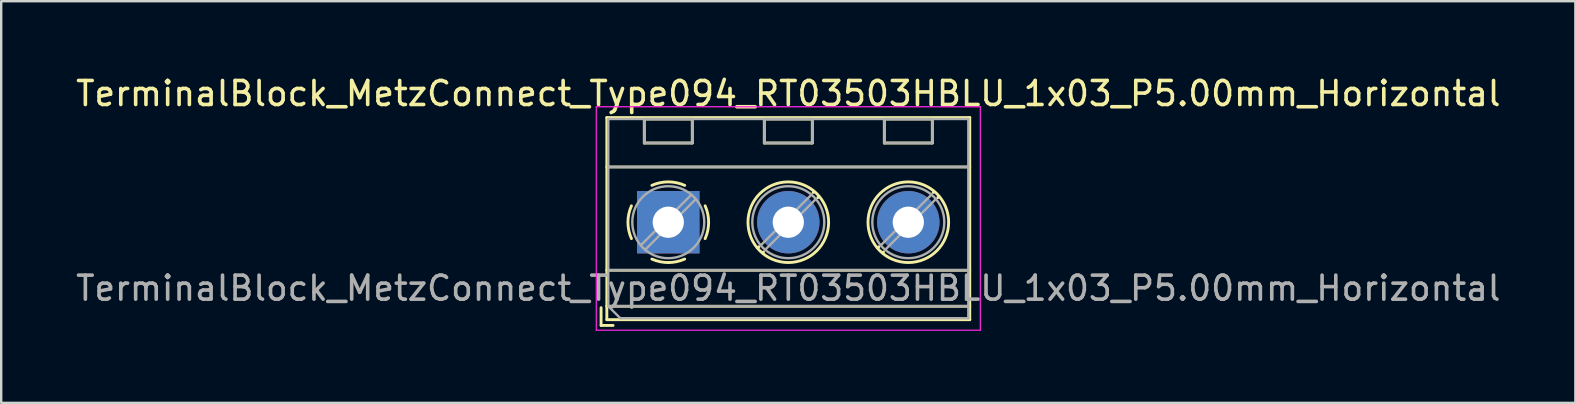
<source format=kicad_pcb>
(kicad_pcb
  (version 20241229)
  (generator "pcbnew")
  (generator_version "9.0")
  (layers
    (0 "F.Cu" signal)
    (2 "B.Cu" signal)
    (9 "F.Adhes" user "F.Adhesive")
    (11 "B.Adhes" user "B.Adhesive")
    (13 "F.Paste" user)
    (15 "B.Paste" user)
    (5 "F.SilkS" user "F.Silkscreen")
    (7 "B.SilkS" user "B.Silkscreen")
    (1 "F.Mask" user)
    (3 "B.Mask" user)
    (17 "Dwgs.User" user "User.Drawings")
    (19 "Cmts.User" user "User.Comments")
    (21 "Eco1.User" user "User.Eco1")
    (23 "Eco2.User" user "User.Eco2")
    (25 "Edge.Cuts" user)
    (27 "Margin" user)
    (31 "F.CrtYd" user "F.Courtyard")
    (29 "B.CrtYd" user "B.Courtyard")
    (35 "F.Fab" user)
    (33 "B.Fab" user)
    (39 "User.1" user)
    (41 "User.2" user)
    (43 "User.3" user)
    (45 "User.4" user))
  (footprint "TerminalBlock_MetzConnect_Type094_RT03503HBLU_1x03_P5.00mm_Horizontal"
    (layer "F.Cu")
    (at 24.792 6.208)
    (property "Reference" "TerminalBlock_MetzConnect_Type094_RT03503HBLU_1x03_P5.00mm_Horizontal" (at 5 -5.36 0) (layer "F.SilkS") (effects (font (size 1 1) (thickness 0.15))))
    (attr through_hole)
    (fp_line (start -2.8 3.56) (end -2.8 4.3) (stroke (width 0.12) (type solid)) (layer "F.SilkS"))
    (fp_line (start -2.8 4.3) (end -2.3 4.3) (stroke (width 0.12) (type solid)) (layer "F.SilkS"))
    (fp_line (start -2.56 -4.36) (end -2.56 4.06) (stroke (width 0.12) (type solid)) (layer "F.SilkS"))
    (fp_line (start -2.56 -4.36) (end 12.56 -4.36) (stroke (width 0.12) (type solid)) (layer "F.SilkS"))
    (fp_line (start -2.56 -2.301) (end 12.56 -2.301) (stroke (width 0.12) (type solid)) (layer "F.SilkS"))
    (fp_line (start -2.56 2) (end 12.56 2) (stroke (width 0.12) (type solid)) (layer "F.SilkS"))
    (fp_line (start -2.56 3.5) (end 12.56 3.5) (stroke (width 0.12) (type solid)) (layer "F.SilkS"))
    (fp_line (start -2.56 4.06) (end 12.56 4.06) (stroke (width 0.12) (type solid)) (layer "F.SilkS"))
    (fp_line (start -1 -4.3) (end -1 -3.3) (stroke (width 0.12) (type solid)) (layer "F.SilkS"))
    (fp_line (start -1 -4.3) (end 1 -4.3) (stroke (width 0.12) (type solid)) (layer "F.SilkS"))
    (fp_line (start -1 -3.3) (end 1 -3.3) (stroke (width 0.12) (type solid)) (layer "F.SilkS"))
    (fp_line (start 1 -4.3) (end 1 -3.3) (stroke (width 0.12) (type solid)) (layer "F.SilkS"))
    (fp_line (start 3.773 1.023) (end 3.726 1.069) (stroke (width 0.12) (type solid)) (layer "F.SilkS"))
    (fp_line (start 3.966 1.239) (end 3.931 1.274) (stroke (width 0.12) (type solid)) (layer "F.SilkS"))
    (fp_line (start 4 -4.3) (end 4 -3.3) (stroke (width 0.12) (type solid)) (layer "F.SilkS"))
    (fp_line (start 4 -4.3) (end 6 -4.3) (stroke (width 0.12) (type solid)) (layer "F.SilkS"))
    (fp_line (start 4 -3.3) (end 6 -3.3) (stroke (width 0.12) (type solid)) (layer "F.SilkS"))
    (fp_line (start 6 -4.3) (end 6 -3.3) (stroke (width 0.12) (type solid)) (layer "F.SilkS"))
    (fp_line (start 6.07 -1.275) (end 6.035 -1.239) (stroke (width 0.12) (type solid)) (layer "F.SilkS"))
    (fp_line (start 6.275 -1.069) (end 6.228 -1.023) (stroke (width 0.12) (type solid)) (layer "F.SilkS"))
    (fp_line (start 8.773 1.023) (end 8.726 1.069) (stroke (width 0.12) (type solid)) (layer "F.SilkS"))
    (fp_line (start 8.966 1.239) (end 8.931 1.274) (stroke (width 0.12) (type solid)) (layer "F.SilkS"))
    (fp_line (start 9 -4.3) (end 9 -3.3) (stroke (width 0.12) (type solid)) (layer "F.SilkS"))
    (fp_line (start 9 -4.3) (end 11 -4.3) (stroke (width 0.12) (type solid)) (layer "F.SilkS"))
    (fp_line (start 9 -3.3) (end 11 -3.3) (stroke (width 0.12) (type solid)) (layer "F.SilkS"))
    (fp_line (start 11 -4.3) (end 11 -3.3) (stroke (width 0.12) (type solid)) (layer "F.SilkS"))
    (fp_line (start 11.07 -1.275) (end 11.035 -1.239) (stroke (width 0.12) (type solid)) (layer "F.SilkS"))
    (fp_line (start 11.275 -1.069) (end 11.228 -1.023) (stroke (width 0.12) (type solid)) (layer "F.SilkS"))
    (fp_line (start 12.56 -4.36) (end 12.56 4.06) (stroke (width 0.12) (type solid)) (layer "F.SilkS"))
    (fp_arc (start -1.535427 0.683042) (mid -1.680501 -0.000524) (end -1.535 -0.684) (stroke (width 0.12) (type solid)) (layer "F.SilkS"))
    (fp_arc (start -0.683042 -1.535427) (mid 0.000524 -1.680501) (end 0.684 -1.535) (stroke (width 0.12) (type solid)) (layer "F.SilkS"))
    (fp_arc (start 0.028805 1.680253) (mid -0.335551 1.646659) (end -0.684 1.535) (stroke (width 0.12) (type solid)) (layer "F.SilkS"))
    (fp_arc (start 0.683318 1.534756) (mid 0.349292 1.643288) (end 0 1.68) (stroke (width 0.12) (type solid)) (layer "F.SilkS"))
    (fp_arc (start 1.535427 -0.683042) (mid 1.680501 0.000524) (end 1.535 0.684) (stroke (width 0.12) (type solid)) (layer "F.SilkS"))
    (fp_circle (center 5 0) (end 6.68 0) (stroke (width 0.12) (type solid)) (fill no) (layer "F.SilkS"))
    (fp_circle (center 10 0) (end 11.68 0) (stroke (width 0.12) (type solid)) (fill no) (layer "F.SilkS"))
    (fp_line (start -3 -4.81) (end -3 4.5) (stroke (width 0.05) (type solid)) (layer "F.CrtYd"))
    (fp_line (start -3 4.5) (end 13 4.5) (stroke (width 0.05) (type solid)) (layer "F.CrtYd"))
    (fp_line (start 13 -4.81) (end -3 -4.81) (stroke (width 0.05) (type solid)) (layer "F.CrtYd"))
    (fp_line (start 13 4.5) (end 13 -4.81) (stroke (width 0.05) (type solid)) (layer "F.CrtYd"))
    (fp_line (start -2.5 -4.3) (end 12.5 -4.3) (stroke (width 0.1) (type solid)) (layer "F.Fab"))
    (fp_line (start -2.5 -2.3) (end 12.5 -2.3) (stroke (width 0.1) (type solid)) (layer "F.Fab"))
    (fp_line (start -2.5 2) (end 12.5 2) (stroke (width 0.1) (type solid)) (layer "F.Fab"))
    (fp_line (start -2.5 3.5) (end -2.5 -4.3) (stroke (width 0.1) (type solid)) (layer "F.Fab"))
    (fp_line (start -2.5 3.5) (end 12.5 3.5) (stroke (width 0.1) (type solid)) (layer "F.Fab"))
    (fp_line (start -2 4) (end -2.5 3.5) (stroke (width 0.1) (type solid)) (layer "F.Fab"))
    (fp_line (start -1 -4.3) (end -1 -3.3) (stroke (width 0.1) (type solid)) (layer "F.Fab"))
    (fp_line (start -1 -3.3) (end 1 -3.3) (stroke (width 0.1) (type solid)) (layer "F.Fab"))
    (fp_line (start 0.955 -1.138) (end -1.138 0.955) (stroke (width 0.1) (type solid)) (layer "F.Fab"))
    (fp_line (start 1 -4.3) (end -1 -4.3) (stroke (width 0.1) (type solid)) (layer "F.Fab"))
    (fp_line (start 1 -3.3) (end 1 -4.3) (stroke (width 0.1) (type solid)) (layer "F.Fab"))
    (fp_line (start 1.138 -0.955) (end -0.955 1.138) (stroke (width 0.1) (type solid)) (layer "F.Fab"))
    (fp_line (start 4 -4.3) (end 4 -3.3) (stroke (width 0.1) (type solid)) (layer "F.Fab"))
    (fp_line (start 4 -3.3) (end 6 -3.3) (stroke (width 0.1) (type solid)) (layer "F.Fab"))
    (fp_line (start 5.955 -1.138) (end 3.863 0.955) (stroke (width 0.1) (type solid)) (layer "F.Fab"))
    (fp_line (start 6 -4.3) (end 4 -4.3) (stroke (width 0.1) (type solid)) (layer "F.Fab"))
    (fp_line (start 6 -3.3) (end 6 -4.3) (stroke (width 0.1) (type solid)) (layer "F.Fab"))
    (fp_line (start 6.138 -0.955) (end 4.046 1.138) (stroke (width 0.1) (type solid)) (layer "F.Fab"))
    (fp_line (start 9 -4.3) (end 9 -3.3) (stroke (width 0.1) (type solid)) (layer "F.Fab"))
    (fp_line (start 9 -3.3) (end 11 -3.3) (stroke (width 0.1) (type solid)) (layer "F.Fab"))
    (fp_line (start 10.955 -1.138) (end 8.863 0.955) (stroke (width 0.1) (type solid)) (layer "F.Fab"))
    (fp_line (start 11 -4.3) (end 9 -4.3) (stroke (width 0.1) (type solid)) (layer "F.Fab"))
    (fp_line (start 11 -3.3) (end 11 -4.3) (stroke (width 0.1) (type solid)) (layer "F.Fab"))
    (fp_line (start 11.138 -0.955) (end 9.046 1.138) (stroke (width 0.1) (type solid)) (layer "F.Fab"))
    (fp_line (start 12.5 -4.3) (end 12.5 4) (stroke (width 0.1) (type solid)) (layer "F.Fab"))
    (fp_line (start 12.5 4) (end -2 4) (stroke (width 0.1) (type solid)) (layer "F.Fab"))
    (fp_circle (center 0 0) (end 1.5 0) (stroke (width 0.1) (type solid)) (fill no) (layer "F.Fab"))
    (fp_circle (center 5 0) (end 6.5 0) (stroke (width 0.1) (type solid)) (fill no) (layer "F.Fab"))
    (fp_circle (center 10 0) (end 11.5 0) (stroke (width 0.1) (type solid)) (fill no) (layer "F.Fab"))
    (fp_text user "${REFERENCE}" (at 5 2.75 0) (layer "F.Fab") (effects (font (size 1 1) (thickness 0.15))))
    (pad "1" thru_hole rect (at 0 0) (size 2.6 2.6) (drill 1.3) (layers "*.Cu" "*.Mask"))
    (pad "2" thru_hole circle (at 5 0) (size 2.6 2.6) (drill 1.3) (layers "*.Cu" "*.Mask"))
    (pad "3" thru_hole circle (at 10 0) (size 2.6 2.6) (drill 1.3) (layers "*.Cu" "*.Mask")))
  (gr_rect
    (start -3 -3)
    (end 62.583 13.733)
    (stroke (width 0.1) (type default))
    (fill no)
    (layer "Edge.Cuts")))
</source>
